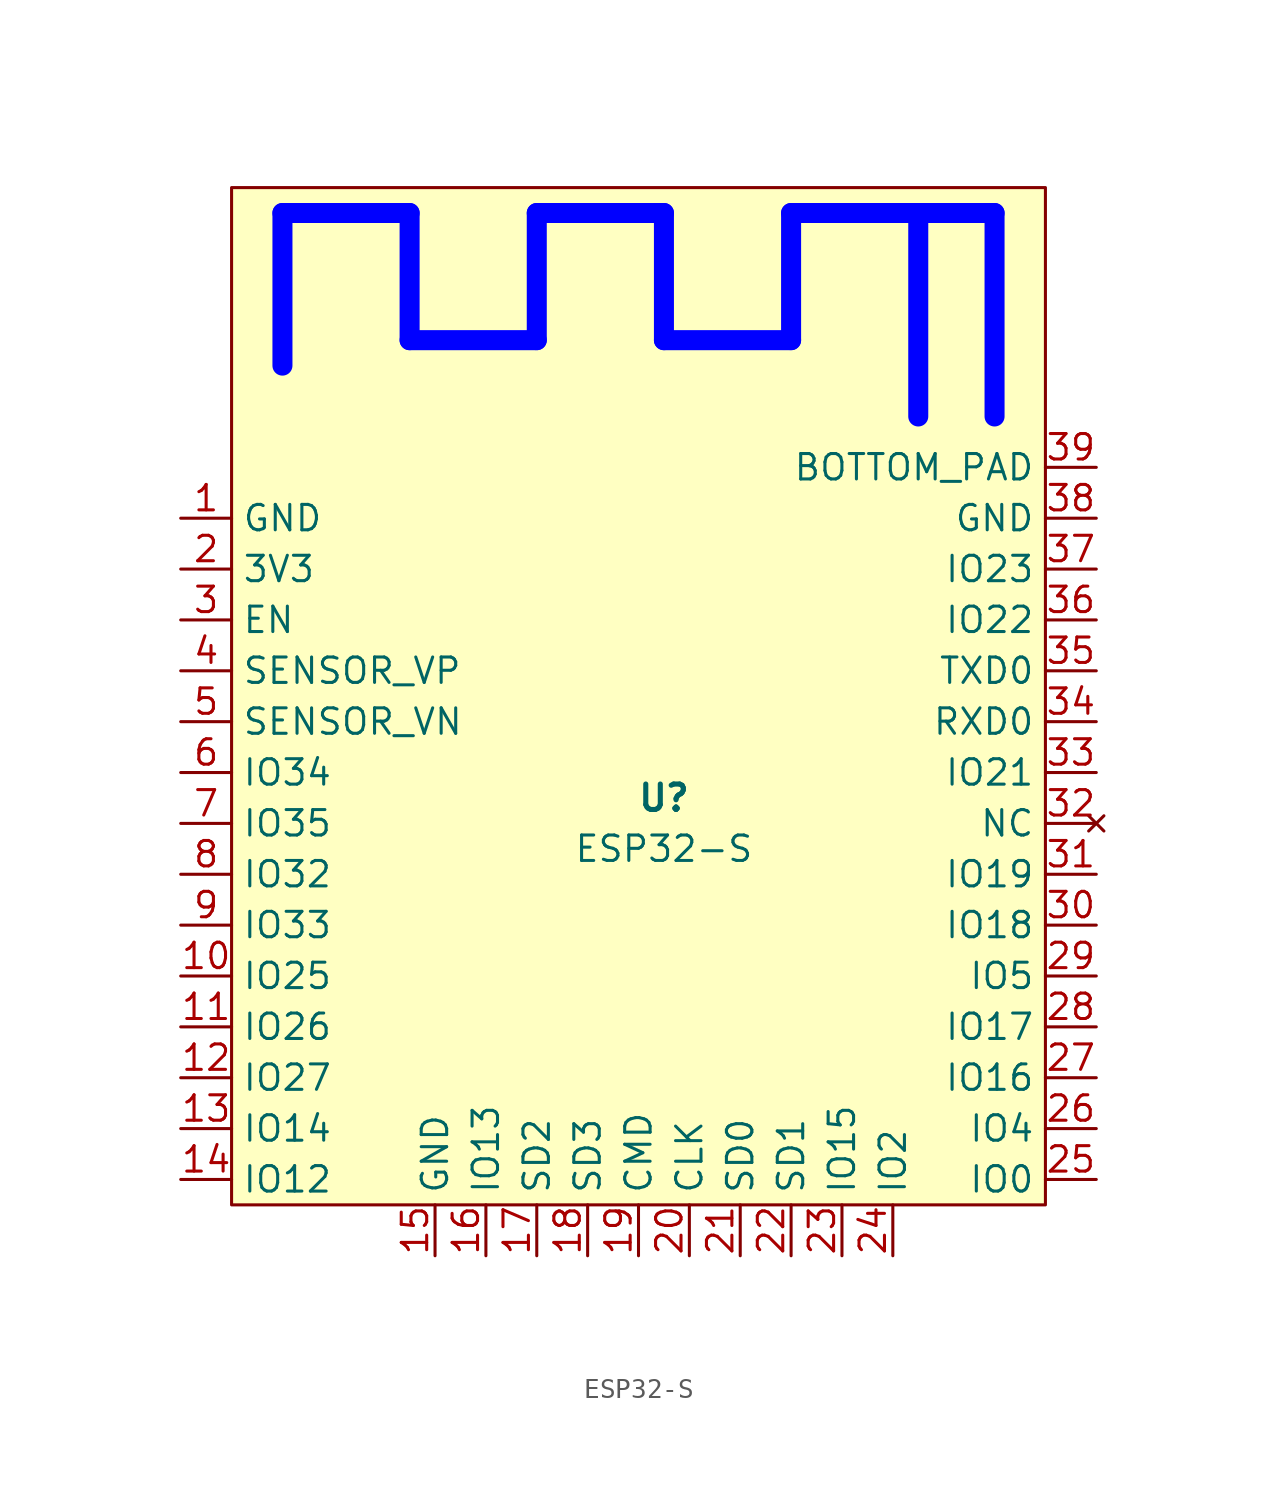
<source format=kicad_sym>
(kicad_symbol_lib
  (version 20231120)
  (generator "kicad_symbol_editor")
  (generator_version "8.0")
  (symbol "ESP32-S"
    (property "Reference" "U"
      (at 0 0 0)
      (effects (font (size 1.27 1.27) (bold yes))))
    (property "Value" "ESP32-S"
      (at 0 -2.54 0)
      (effects (font (size 1.27 1.27))))
    (symbol "ESP32-S_0_1"
      (rectangle (start -21.59 30.48) (end 19.05 -20.32) (stroke (width 0) (type default)) (fill (type background)))
      (polyline (pts (xy -19.05 29.21) (xy -19.05 21.59)) (stroke (width 1) (type default) (color 0 0 255 1)) (fill (type none)))
      (polyline (pts (xy -12.7 22.86) (xy -12.7 29.21)) (stroke (width 1) (type default) (color 0 0 255 1)) (fill (type none)))
      (polyline (pts (xy -12.7 29.21) (xy -19.05 29.21)) (stroke (width 1) (type default) (color 0 0 255 1)) (fill (type none)))
      (polyline (pts (xy -6.35 22.86) (xy -12.7 22.86)) (stroke (width 1) (type default) (color 0 0 255 1)) (fill (type none)))
      (polyline (pts (xy -6.35 29.21) (xy -6.35 22.86)) (stroke (width 1) (type default) (color 0 0 255 1)) (fill (type none)))
      (polyline (pts (xy 0 29.21) (xy -6.35 29.21)) (stroke (width 1) (type default) (color 0 0 255 1)) (fill (type none)))
      (polyline (pts (xy 0 29.21) (xy 0 22.86)) (stroke (width 1) (type default) (color 0 0 255 1)) (fill (type none)))
      (polyline (pts (xy 6.35 22.86) (xy 0 22.86)) (stroke (width 1) (type default) (color 0 0 255 1)) (fill (type none)))
      (polyline (pts (xy 6.35 29.21) (xy 6.35 22.86)) (stroke (width 1) (type default) (color 0 0 255 1)) (fill (type none)))
      (polyline (pts (xy 12.7 19.05) (xy 12.7 29.21)) (stroke (width 1) (type default) (color 0 0 255 1)) (fill (type none)))
      (polyline (pts (xy 16.51 19.05) (xy 16.51 29.21)) (stroke (width 1) (type default) (color 0 0 255 1)) (fill (type none)))
      (polyline (pts (xy 16.51 29.21) (xy 6.35 29.21)) (stroke (width 1) (type default) (color 0 0 255 1)) (fill (type none))))
    (symbol "ESP32-S_1_1"
      (pin power_in line (at -24.13 13.97 0) (length 2.54) (name "GND" (effects (font (size 1.27 1.27)))) (number "1" (effects (font (size 1.27 1.27)))))
      (pin bidirectional line (at -24.13 -8.89 0) (length 2.54) (name "IO25" (effects (font (size 1.27 1.27)))) (number "10" (effects (font (size 1.27 1.27)))))
      (pin bidirectional line (at -24.13 -11.43 0) (length 2.54) (name "IO26" (effects (font (size 1.27 1.27)))) (number "11" (effects (font (size 1.27 1.27)))))
      (pin bidirectional line (at -24.13 -13.97 0) (length 2.54) (name "IO27" (effects (font (size 1.27 1.27)))) (number "12" (effects (font (size 1.27 1.27)))))
      (pin bidirectional line (at -24.13 -16.51 0) (length 2.54) (name "IO14" (effects (font (size 1.27 1.27)))) (number "13" (effects (font (size 1.27 1.27)))))
      (pin bidirectional line (at -24.13 -19.05 0) (length 2.54) (name "IO12" (effects (font (size 1.27 1.27)))) (number "14" (effects (font (size 1.27 1.27)))))
      (pin power_in line (at -11.43 -22.86 90) (length 2.54) (name "GND" (effects (font (size 1.27 1.27)))) (number "15" (effects (font (size 1.27 1.27)))))
      (pin bidirectional line (at -8.89 -22.86 90) (length 2.54) (name "IO13" (effects (font (size 1.27 1.27)))) (number "16" (effects (font (size 1.27 1.27)))))
      (pin bidirectional line (at -6.35 -22.86 90) (length 2.54) (name "SD2" (effects (font (size 1.27 1.27)))) (number "17" (effects (font (size 1.27 1.27)))))
      (pin bidirectional line (at -3.81 -22.86 90) (length 2.54) (name "SD3" (effects (font (size 1.27 1.27)))) (number "18" (effects (font (size 1.27 1.27)))))
      (pin bidirectional line (at -1.27 -22.86 90) (length 2.54) (name "CMD" (effects (font (size 1.27 1.27)))) (number "19" (effects (font (size 1.27 1.27)))))
      (pin power_in line (at -24.13 11.43 0) (length 2.54) (name "3V3" (effects (font (size 1.27 1.27)))) (number "2" (effects (font (size 1.27 1.27)))))
      (pin bidirectional line (at 1.27 -22.86 90) (length 2.54) (name "CLK" (effects (font (size 1.27 1.27)))) (number "20" (effects (font (size 1.27 1.27)))))
      (pin bidirectional line (at 3.81 -22.86 90) (length 2.54) (name "SD0" (effects (font (size 1.27 1.27)))) (number "21" (effects (font (size 1.27 1.27)))))
      (pin bidirectional line (at 6.35 -22.86 90) (length 2.54) (name "SD1" (effects (font (size 1.27 1.27)))) (number "22" (effects (font (size 1.27 1.27)))))
      (pin bidirectional line (at 8.89 -22.86 90) (length 2.54) (name "IO15" (effects (font (size 1.27 1.27)))) (number "23" (effects (font (size 1.27 1.27)))))
      (pin bidirectional line (at 11.43 -22.86 90) (length 2.54) (name "IO2" (effects (font (size 1.27 1.27)))) (number "24" (effects (font (size 1.27 1.27)))))
      (pin bidirectional line (at 21.59 -19.05 180) (length 2.54) (name "IO0" (effects (font (size 1.27 1.27)))) (number "25" (effects (font (size 1.27 1.27)))))
      (pin bidirectional line (at 21.59 -16.51 180) (length 2.54) (name "IO4" (effects (font (size 1.27 1.27)))) (number "26" (effects (font (size 1.27 1.27)))))
      (pin bidirectional line (at 21.59 -13.97 180) (length 2.54) (name "IO16" (effects (font (size 1.27 1.27)))) (number "27" (effects (font (size 1.27 1.27)))))
      (pin bidirectional line (at 21.59 -11.43 180) (length 2.54) (name "IO17" (effects (font (size 1.27 1.27)))) (number "28" (effects (font (size 1.27 1.27)))))
      (pin bidirectional line (at 21.59 -8.89 180) (length 2.54) (name "IO5" (effects (font (size 1.27 1.27)))) (number "29" (effects (font (size 1.27 1.27)))))
      (pin input line (at -24.13 8.89 0) (length 2.54) (name "EN" (effects (font (size 1.27 1.27)))) (number "3" (effects (font (size 1.27 1.27)))))
      (pin bidirectional line (at 21.59 -6.35 180) (length 2.54) (name "IO18" (effects (font (size 1.27 1.27)))) (number "30" (effects (font (size 1.27 1.27)))))
      (pin bidirectional line (at 21.59 -3.81 180) (length 2.54) (name "IO19" (effects (font (size 1.27 1.27)))) (number "31" (effects (font (size 1.27 1.27)))))
      (pin no_connect line (at 21.59 -1.27 180) (length 2.54) (name "NC" (effects (font (size 1.27 1.27)))) (number "32" (effects (font (size 1.27 1.27)))))
      (pin bidirectional line (at 21.59 1.27 180) (length 2.54) (name "IO21" (effects (font (size 1.27 1.27)))) (number "33" (effects (font (size 1.27 1.27)))))
      (pin input line (at 21.59 3.81 180) (length 2.54) (name "RXD0" (effects (font (size 1.27 1.27)))) (number "34" (effects (font (size 1.27 1.27)))))
      (pin output line (at 21.59 6.35 180) (length 2.54) (name "TXD0" (effects (font (size 1.27 1.27)))) (number "35" (effects (font (size 1.27 1.27)))))
      (pin bidirectional line (at 21.59 8.89 180) (length 2.54) (name "IO22" (effects (font (size 1.27 1.27)))) (number "36" (effects (font (size 1.27 1.27)))))
      (pin bidirectional line (at 21.59 11.43 180) (length 2.54) (name "IO23" (effects (font (size 1.27 1.27)))) (number "37" (effects (font (size 1.27 1.27)))))
      (pin power_in line (at 21.59 13.97 180) (length 2.54) (name "GND" (effects (font (size 1.27 1.27)))) (number "38" (effects (font (size 1.27 1.27)))))
      (pin power_in line (at 21.59 16.51 180) (length 2.54) (name "BOTTOM_PAD" (effects (font (size 1.27 1.27)))) (number "39" (effects (font (size 1.27 1.27)))))
      (pin input line (at -24.13 6.35 0) (length 2.54) (name "SENSOR_VP" (effects (font (size 1.27 1.27)))) (number "4" (effects (font (size 1.27 1.27)))))
      (pin input line (at -24.13 3.81 0) (length 2.54) (name "SENSOR_VN" (effects (font (size 1.27 1.27)))) (number "5" (effects (font (size 1.27 1.27)))))
      (pin bidirectional line (at -24.13 1.27 0) (length 2.54) (name "IO34" (effects (font (size 1.27 1.27)))) (number "6" (effects (font (size 1.27 1.27)))))
      (pin bidirectional line (at -24.13 -1.27 0) (length 2.54) (name "IO35" (effects (font (size 1.27 1.27)))) (number "7" (effects (font (size 1.27 1.27)))))
      (pin bidirectional line (at -24.13 -3.81 0) (length 2.54) (name "IO32" (effects (font (size 1.27 1.27)))) (number "8" (effects (font (size 1.27 1.27)))))
      (pin bidirectional line (at -24.13 -6.35 0) (length 2.54) (name "IO33" (effects (font (size 1.27 1.27)))) (number "9" (effects (font (size 1.27 1.27))))))))
</source>
